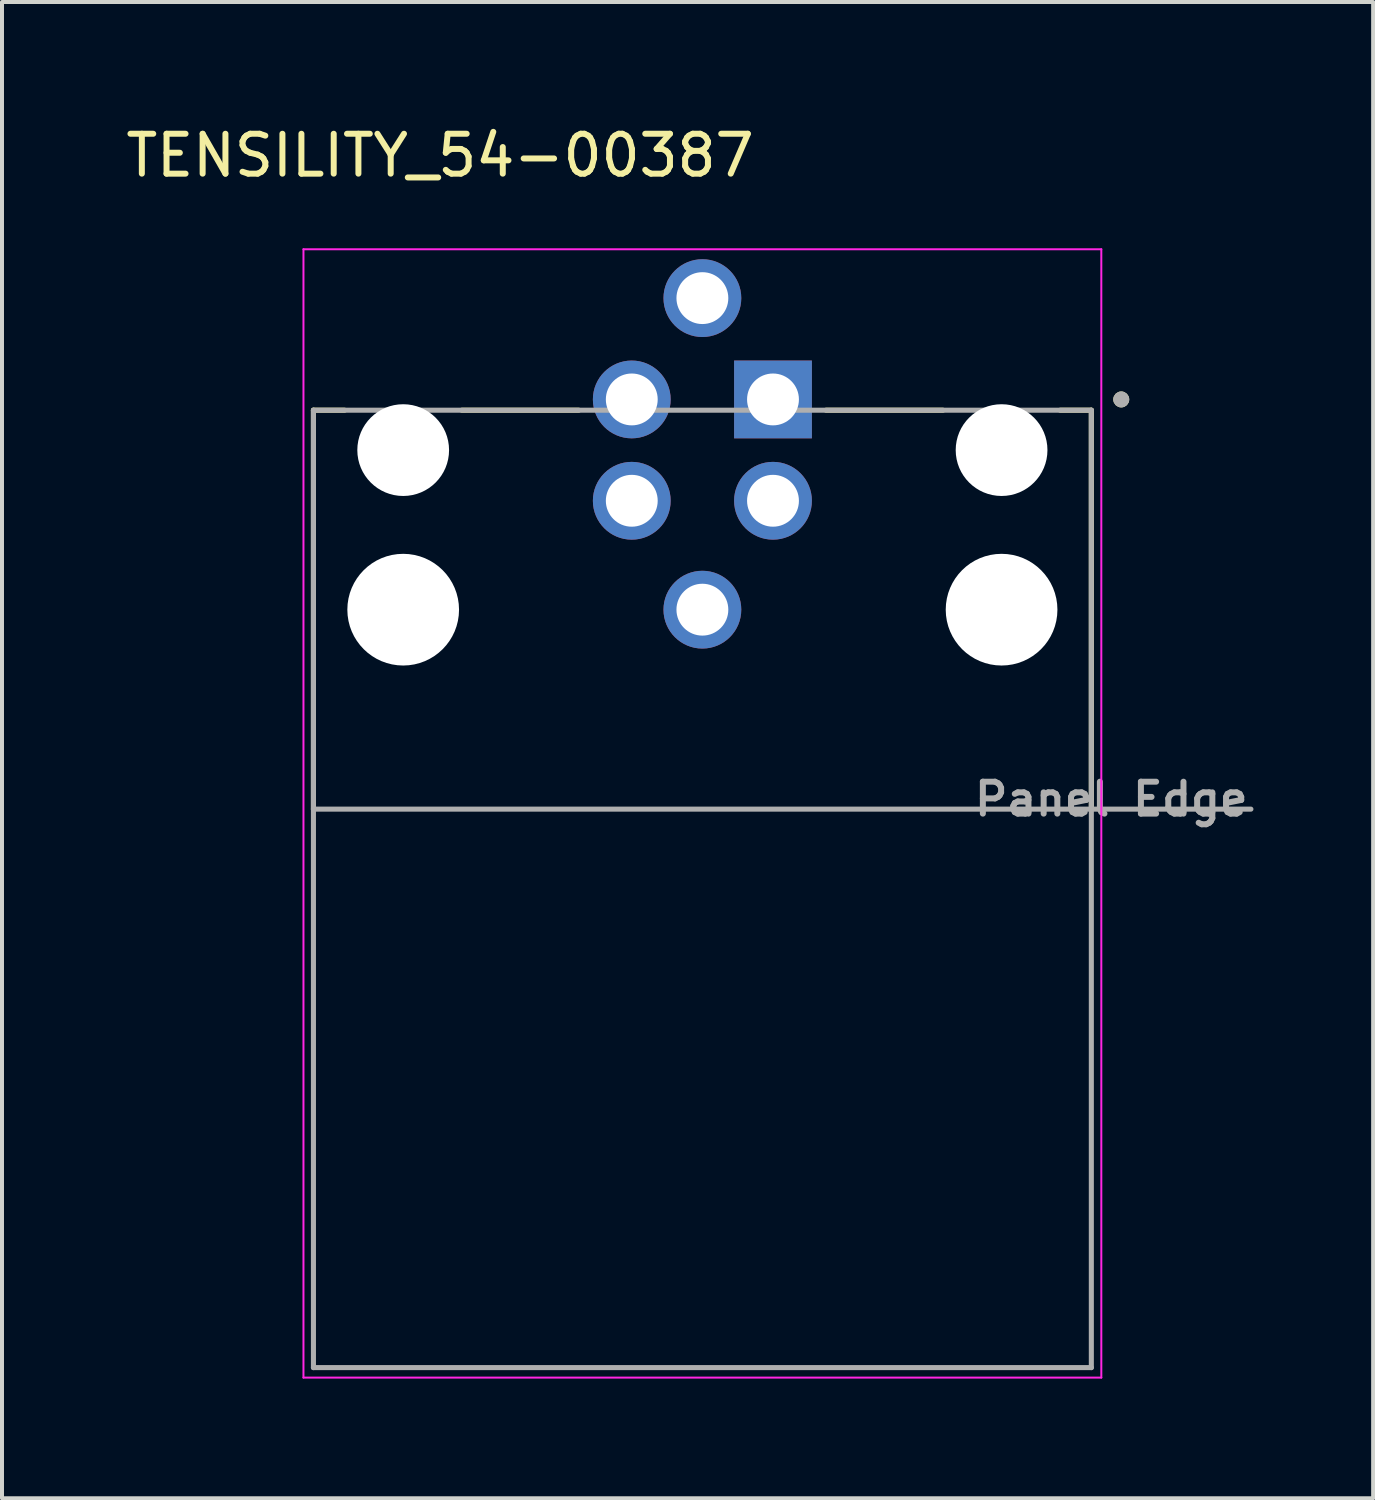
<source format=kicad_pcb>
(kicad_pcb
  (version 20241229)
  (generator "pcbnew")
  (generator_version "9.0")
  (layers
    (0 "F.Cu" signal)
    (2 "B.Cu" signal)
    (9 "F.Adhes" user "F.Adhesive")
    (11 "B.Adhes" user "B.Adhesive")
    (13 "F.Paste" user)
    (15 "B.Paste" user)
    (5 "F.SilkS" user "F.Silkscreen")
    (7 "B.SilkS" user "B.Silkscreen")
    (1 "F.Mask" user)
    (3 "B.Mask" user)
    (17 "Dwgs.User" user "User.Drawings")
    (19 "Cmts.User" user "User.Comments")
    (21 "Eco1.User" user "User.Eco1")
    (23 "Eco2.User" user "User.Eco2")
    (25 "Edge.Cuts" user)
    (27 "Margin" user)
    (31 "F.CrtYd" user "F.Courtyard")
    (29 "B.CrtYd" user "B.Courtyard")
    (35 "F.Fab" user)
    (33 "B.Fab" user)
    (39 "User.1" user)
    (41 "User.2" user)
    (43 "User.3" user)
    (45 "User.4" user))
  (footprint "TENSILITY_54-00387"
    (layer "F.Cu")
    (at 14.557 8.233)
    (property "Reference" "TENSILITY_54-00387" (at -6.575 -7.385 0) (layer "F.SilkS") (effects (font (size 1 1) (thickness 0.15))))
    (attr through_hole)
    (fp_line (start -9.75 -1) (end -8.97 -1) (stroke (width 0.127) (type solid)) (layer "F.SilkS"))
    (fp_line (start -9.75 9) (end -9.75 -1) (stroke (width 0.127) (type solid)) (layer "F.SilkS"))
    (fp_line (start -6.03 -1) (end -3.1 -1) (stroke (width 0.127) (type solid)) (layer "F.SilkS"))
    (fp_line (start 6.03 -1) (end 3.1 -1) (stroke (width 0.127) (type solid)) (layer "F.SilkS"))
    (fp_line (start 9.75 -1) (end 8.97 -1) (stroke (width 0.127) (type solid)) (layer "F.SilkS"))
    (fp_line (start 9.75 9) (end 9.75 -1) (stroke (width 0.127) (type solid)) (layer "F.SilkS"))
    (fp_circle (center 10.5 -1.27) (end 10.6 -1.27) (stroke (width 0.2) (type solid)) (fill no) (layer "F.SilkS"))
    (fp_line (start -10 -5.035) (end -10 23.25) (stroke (width 0.05) (type solid)) (layer "F.CrtYd"))
    (fp_line (start -10 23.25) (end 10 23.25) (stroke (width 0.05) (type solid)) (layer "F.CrtYd"))
    (fp_line (start 10 -5.035) (end -10 -5.035) (stroke (width 0.05) (type solid)) (layer "F.CrtYd"))
    (fp_line (start 10 23.25) (end 10 -5.035) (stroke (width 0.05) (type solid)) (layer "F.CrtYd"))
    (fp_line (start -9.75 -1) (end 9.75 -1) (stroke (width 0.127) (type solid)) (layer "F.Fab"))
    (fp_line (start -9.75 9) (end -9.75 -1) (stroke (width 0.127) (type solid)) (layer "F.Fab"))
    (fp_line (start -9.75 9) (end 13.75 9) (stroke (width 0.127) (type solid)) (layer "F.Fab"))
    (fp_line (start -9.75 23) (end -9.75 9) (stroke (width 0.127) (type solid)) (layer "F.Fab"))
    (fp_line (start 9.75 -1) (end 9.75 23) (stroke (width 0.127) (type solid)) (layer "F.Fab"))
    (fp_line (start 9.75 23) (end -9.75 23) (stroke (width 0.127) (type solid)) (layer "F.Fab"))
    (fp_circle (center 10.5 -1.27) (end 10.6 -1.27) (stroke (width 0.2) (type solid)) (fill no) (layer "F.Fab"))
    (fp_text user "Panel Edge" (at 10.25 8.75 0) (layer "F.Fab") (effects (font (size 0.8 0.8) (thickness 0.15))))
    (pad "" np_thru_hole circle (at -7.5 0) (size 2.3 2.3) (drill 2.3) (layers "*.Cu" "*.Mask"))
    (pad "" np_thru_hole circle (at -7.5 4) (size 2.8 2.8) (drill 2.8) (layers "*.Cu" "*.Mask"))
    (pad "" np_thru_hole circle (at 7.5 0) (size 2.3 2.3) (drill 2.3) (layers "*.Cu" "*.Mask"))
    (pad "" np_thru_hole circle (at 7.5 4) (size 2.8 2.8) (drill 2.8) (layers "*.Cu" "*.Mask"))
    (pad "1" thru_hole rect (at 1.77 -1.27) (size 1.95 1.95) (drill 1.3) (layers "*.Cu" "*.Mask"))
    (pad "2" thru_hole circle (at -1.77 -1.27) (size 1.95 1.95) (drill 1.3) (layers "*.Cu" "*.Mask"))
    (pad "3" thru_hole circle (at -1.77 1.27) (size 1.95 1.95) (drill 1.3) (layers "*.Cu" "*.Mask"))
    (pad "4" thru_hole circle (at 1.77 1.27) (size 1.95 1.95) (drill 1.3) (layers "*.Cu" "*.Mask"))
    (pad "5" thru_hole circle (at 0 -3.81) (size 1.95 1.95) (drill 1.3) (layers "*.Cu" "*.Mask"))
    (pad "SH" thru_hole circle (at 0 4) (size 1.95 1.95) (drill 1.3) (layers "*.Cu" "*.Mask")))
  (gr_rect
    (start -3 -3)
    (end 31.371 34.508)
    (stroke (width 0.1) (type default))
    (fill no)
    (layer "Edge.Cuts")))
</source>
